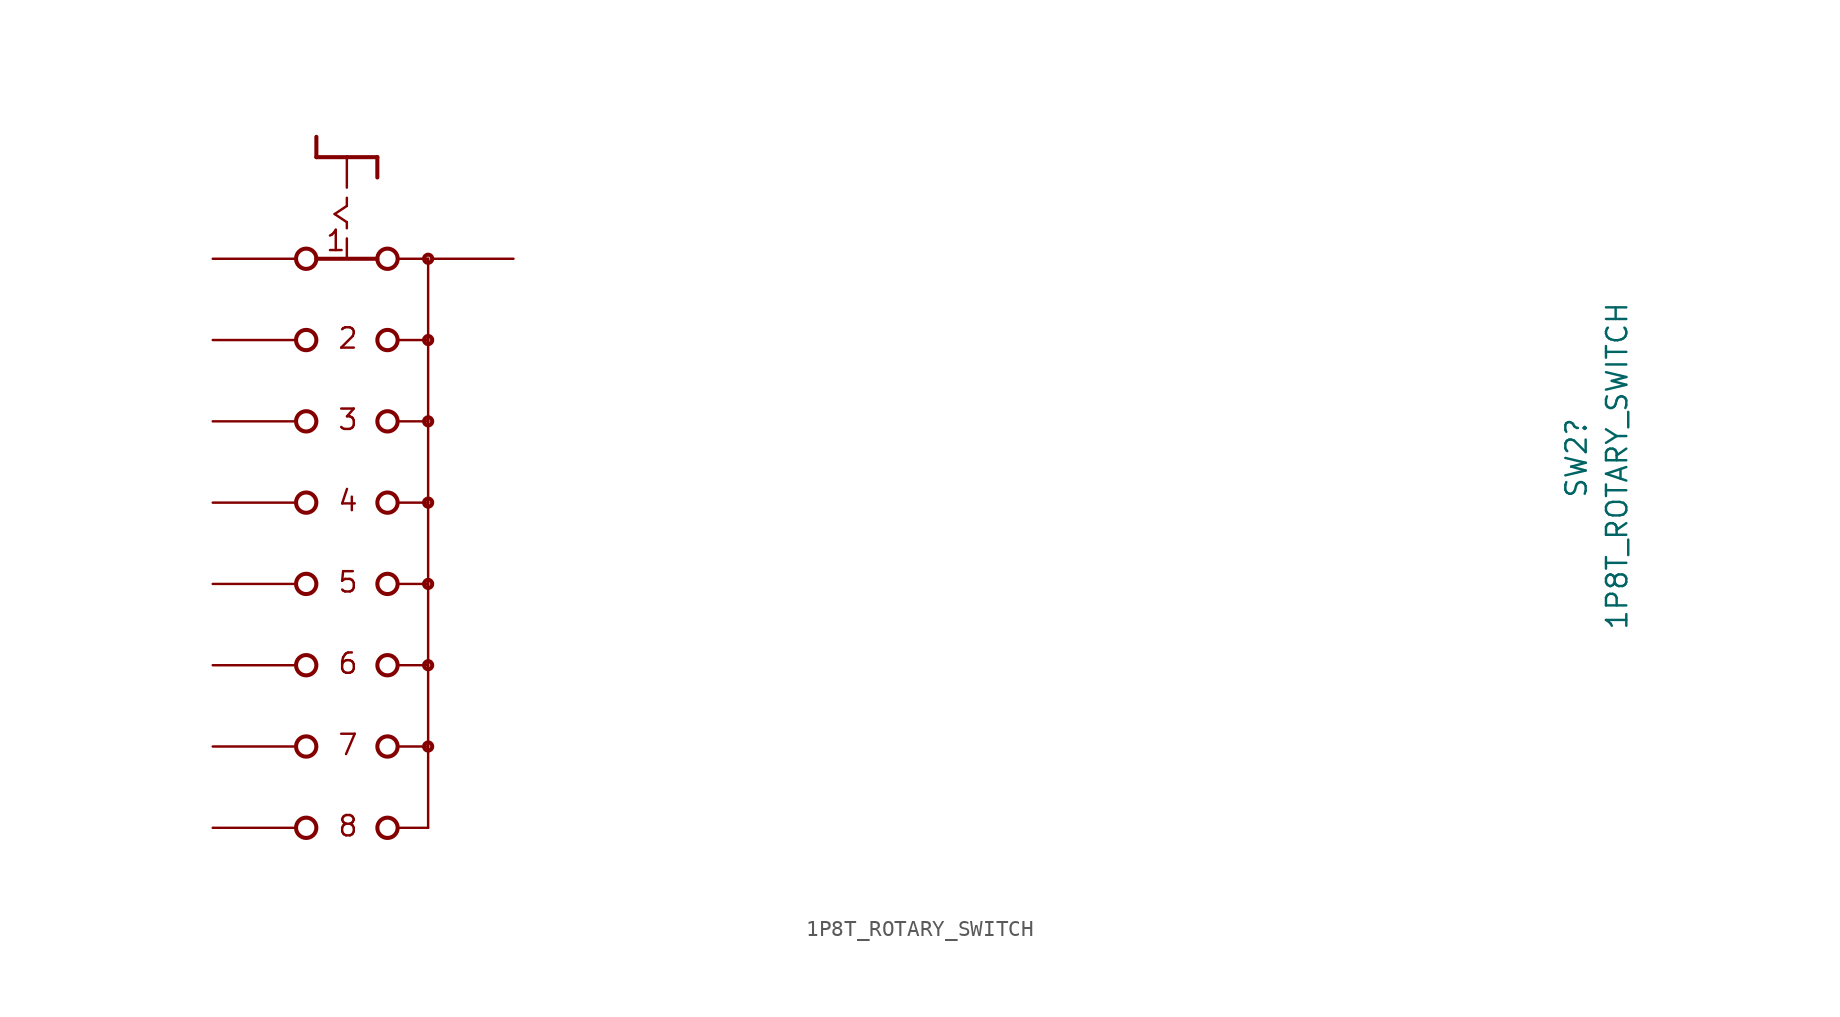
<source format=kicad_sym>
(kicad_symbol_lib
  (version 20211014)
  (generator kicad_symbol_editor)
  (symbol "1P8T_ROTARY_SWITCH"
    (pin_numbers hide)
    (pin_names
      (offset 1.016) hide)
    (property "Reference" "SW2"
      (at 21.59 81.534 90)
      (effects (font (size 1.27 1.27))))
    (property "Value" "1P8T_ROTARY_SWITCH"
      (at 24.13 81.026 90)
      (effects (font (size 1.27 1.27))))
    (property "ki_locked" ""
      (at 0 0 0)
      (effects (font (size 1.27 1.27))))
    (symbol "1P8T_ROTARY_SWITCH_0_0"
      (circle (center -57.785 58.42) (radius 0.635) (stroke (width 0.254) (type default) (color 0 0 0 0)) (fill (type none)))
      (circle (center -57.785 63.5) (radius 0.635) (stroke (width 0.254) (type default) (color 0 0 0 0)) (fill (type none)))
      (circle (center -57.785 68.58) (radius 0.635) (stroke (width 0.254) (type default) (color 0 0 0 0)) (fill (type none)))
      (circle (center -57.785 73.66) (radius 0.635) (stroke (width 0.254) (type default) (color 0 0 0 0)) (fill (type none)))
      (circle (center -57.785 78.74) (radius 0.635) (stroke (width 0.254) (type default) (color 0 0 0 0)) (fill (type none)))
      (circle (center -57.785 83.82) (radius 0.635) (stroke (width 0.254) (type default) (color 0 0 0 0)) (fill (type none)))
      (circle (center -57.785 88.9) (radius 0.635) (stroke (width 0.254) (type default) (color 0 0 0 0)) (fill (type none)))
      (circle (center -57.785 93.98) (radius 0.635) (stroke (width 0.254) (type default) (color 0 0 0 0)) (fill (type none)))
      (circle (center -52.705 58.42) (radius 0.635) (stroke (width 0.254) (type default) (color 0 0 0 0)) (fill (type none)))
      (circle (center -52.705 63.5) (radius 0.635) (stroke (width 0.254) (type default) (color 0 0 0 0)) (fill (type none)))
      (circle (center -52.705 68.58) (radius 0.635) (stroke (width 0.254) (type default) (color 0 0 0 0)) (fill (type none)))
      (circle (center -52.705 73.66) (radius 0.635) (stroke (width 0.254) (type default) (color 0 0 0 0)) (fill (type none)))
      (circle (center -52.705 78.74) (radius 0.635) (stroke (width 0.254) (type default) (color 0 0 0 0)) (fill (type none)))
      (circle (center -52.705 83.82) (radius 0.635) (stroke (width 0.254) (type default) (color 0 0 0 0)) (fill (type none)))
      (circle (center -52.705 88.9) (radius 0.635) (stroke (width 0.254) (type default) (color 0 0 0 0)) (fill (type none)))
      (circle (center -52.705 93.98) (radius 0.635) (stroke (width 0.254) (type default) (color 0 0 0 0)) (fill (type none)))
      (circle (center -50.165 63.5) (radius 0.254) (stroke (width 0.254) (type default) (color 0 0 0 0)) (fill (type none)))
      (circle (center -50.165 68.58) (radius 0.254) (stroke (width 0.254) (type default) (color 0 0 0 0)) (fill (type none)))
      (circle (center -50.165 73.66) (radius 0.254) (stroke (width 0.254) (type default) (color 0 0 0 0)) (fill (type none)))
      (circle (center -50.165 78.74) (radius 0.254) (stroke (width 0.254) (type default) (color 0 0 0 0)) (fill (type none)))
      (circle (center -50.165 83.82) (radius 0.254) (stroke (width 0.254) (type default) (color 0 0 0 0)) (fill (type none)))
      (circle (center -50.165 88.9) (radius 0.254) (stroke (width 0.254) (type default) (color 0 0 0 0)) (fill (type none)))
      (circle (center -50.165 93.98) (radius 0.254) (stroke (width 0.254) (type default) (color 0 0 0 0)) (fill (type none)))
      (polyline (pts (xy -57.15 100.33) (xy -57.15 101.6)) (stroke (width 0.254) (type default) (color 0 0 0 0)) (fill (type none)))
      (polyline (pts (xy -56.007 96.774) (xy -55.245 96.266)) (stroke (width 0.152) (type default) (color 0 0 0 0)) (fill (type none)))
      (polyline (pts (xy -55.245 95.25) (xy -55.245 94.107)) (stroke (width 0.152) (type default) (color 0 0 0 0)) (fill (type none)))
      (polyline (pts (xy -55.245 96.266) (xy -55.245 95.885)) (stroke (width 0.152) (type default) (color 0 0 0 0)) (fill (type none)))
      (polyline (pts (xy -55.245 97.282) (xy -56.007 96.774)) (stroke (width 0.152) (type default) (color 0 0 0 0)) (fill (type none)))
      (polyline (pts (xy -55.245 97.79) (xy -55.245 97.282)) (stroke (width 0.152) (type default) (color 0 0 0 0)) (fill (type none)))
      (polyline (pts (xy -55.245 100.33) (xy -57.15 100.33)) (stroke (width 0.254) (type default) (color 0 0 0 0)) (fill (type none)))
      (polyline (pts (xy -55.245 100.33) (xy -55.245 98.425)) (stroke (width 0.152) (type default) (color 0 0 0 0)) (fill (type none)))
      (polyline (pts (xy -53.34 93.98) (xy -57.15 93.98)) (stroke (width 0.254) (type default) (color 0 0 0 0)) (fill (type none)))
      (polyline (pts (xy -53.34 100.33) (xy -55.245 100.33)) (stroke (width 0.254) (type default) (color 0 0 0 0)) (fill (type none)))
      (polyline (pts (xy -53.34 100.33) (xy -53.34 99.06)) (stroke (width 0.254) (type default) (color 0 0 0 0)) (fill (type none)))
      (polyline (pts (xy -52.07 58.42) (xy -50.165 58.42)) (stroke (width 0.152) (type default) (color 0 0 0 0)) (fill (type none)))
      (polyline (pts (xy -52.07 63.5) (xy -50.165 63.5)) (stroke (width 0.152) (type default) (color 0 0 0 0)) (fill (type none)))
      (polyline (pts (xy -52.07 68.58) (xy -50.165 68.58)) (stroke (width 0.152) (type default) (color 0 0 0 0)) (fill (type none)))
      (polyline (pts (xy -52.07 73.66) (xy -50.165 73.66)) (stroke (width 0.152) (type default) (color 0 0 0 0)) (fill (type none)))
      (polyline (pts (xy -52.07 78.74) (xy -50.165 78.74)) (stroke (width 0.152) (type default) (color 0 0 0 0)) (fill (type none)))
      (polyline (pts (xy -52.07 83.82) (xy -50.165 83.82)) (stroke (width 0.152) (type default) (color 0 0 0 0)) (fill (type none)))
      (polyline (pts (xy -52.07 88.9) (xy -50.165 88.9)) (stroke (width 0.152) (type default) (color 0 0 0 0)) (fill (type none)))
      (polyline (pts (xy -50.165 93.98) (xy -52.07 93.98)) (stroke (width 0.152) (type default) (color 0 0 0 0)) (fill (type none)))
      (text "1" (at -56.642 94.361 0) (effects (font (size 1.27 1.27)) (justify left bottom)))
      (text "2" (at -55.88 88.265 0) (effects (font (size 1.27 1.27)) (justify left bottom)))
      (text "3" (at -55.88 83.185 0) (effects (font (size 1.27 1.27)) (justify left bottom)))
      (text "4" (at -55.88 78.105 0) (effects (font (size 1.27 1.27)) (justify left bottom)))
      (text "5" (at -55.88 73.025 0) (effects (font (size 1.27 1.27)) (justify left bottom)))
      (text "6" (at -55.88 67.945 0) (effects (font (size 1.27 1.27)) (justify left bottom)))
      (text "7" (at -55.88 62.865 0) (effects (font (size 1.27 1.27)) (justify left bottom)))
      (text "8" (at -55.88 57.785 0) (effects (font (size 1.27 1.27)) (justify left bottom)))
      (pin bidirectional line (at -63.627 93.98 0) (length 5.08) (name "~" (effects (font (size 1.016 1.016)))) (number "1" (effects (font (size 1.016 1.016)))))
      (pin bidirectional line (at -63.627 88.9 0) (length 5.08) (name "~" (effects (font (size 1.016 1.016)))) (number "2" (effects (font (size 1.016 1.016)))))
      (pin bidirectional line (at -63.627 83.82 0) (length 5.08) (name "~" (effects (font (size 1.016 1.016)))) (number "3" (effects (font (size 1.016 1.016)))))
      (pin bidirectional line (at -63.627 78.74 0) (length 5.08) (name "~" (effects (font (size 1.016 1.016)))) (number "4" (effects (font (size 1.016 1.016)))))
      (pin bidirectional line (at -63.627 73.66 0) (length 5.08) (name "~" (effects (font (size 1.016 1.016)))) (number "5" (effects (font (size 1.016 1.016)))))
      (pin bidirectional line (at -63.627 68.58 0) (length 5.08) (name "~" (effects (font (size 1.016 1.016)))) (number "6" (effects (font (size 1.016 1.016)))))
      (pin bidirectional line (at -63.627 63.5 0) (length 5.08) (name "~" (effects (font (size 1.016 1.016)))) (number "7" (effects (font (size 1.016 1.016)))))
      (pin bidirectional line (at -63.627 58.42 0) (length 5.08) (name "~" (effects (font (size 1.016 1.016)))) (number "8" (effects (font (size 1.016 1.016)))))
      (pin bidirectional line (at -44.831 93.98 180) (length 5.08) (name "~" (effects (font (size 1.016 1.016)))) (number "9" (effects (font (size 1.016 1.016))))))
    (symbol "1P8T_ROTARY_SWITCH_0_1"
      (polyline (pts (xy -50.165 83.82) (xy -50.165 78.74)) (stroke (width 0) (type default) (color 0 0 0 0)) (fill (type none)))
      (polyline (pts (xy -50.165 88.9) (xy -50.165 83.82)) (stroke (width 0) (type default) (color 0 0 0 0)) (fill (type none)))
      (polyline (pts (xy -50.165 93.98) (xy -50.165 88.9)) (stroke (width 0) (type default) (color 0 0 0 0)) (fill (type none)))
      (polyline (pts (xy -50.165 78.74) (xy -50.165 73.66) (xy -50.165 68.58) (xy -50.165 63.5) (xy -50.165 58.42)) (stroke (width 0) (type default) (color 0 0 0 0)) (fill (type none))))))
</source>
